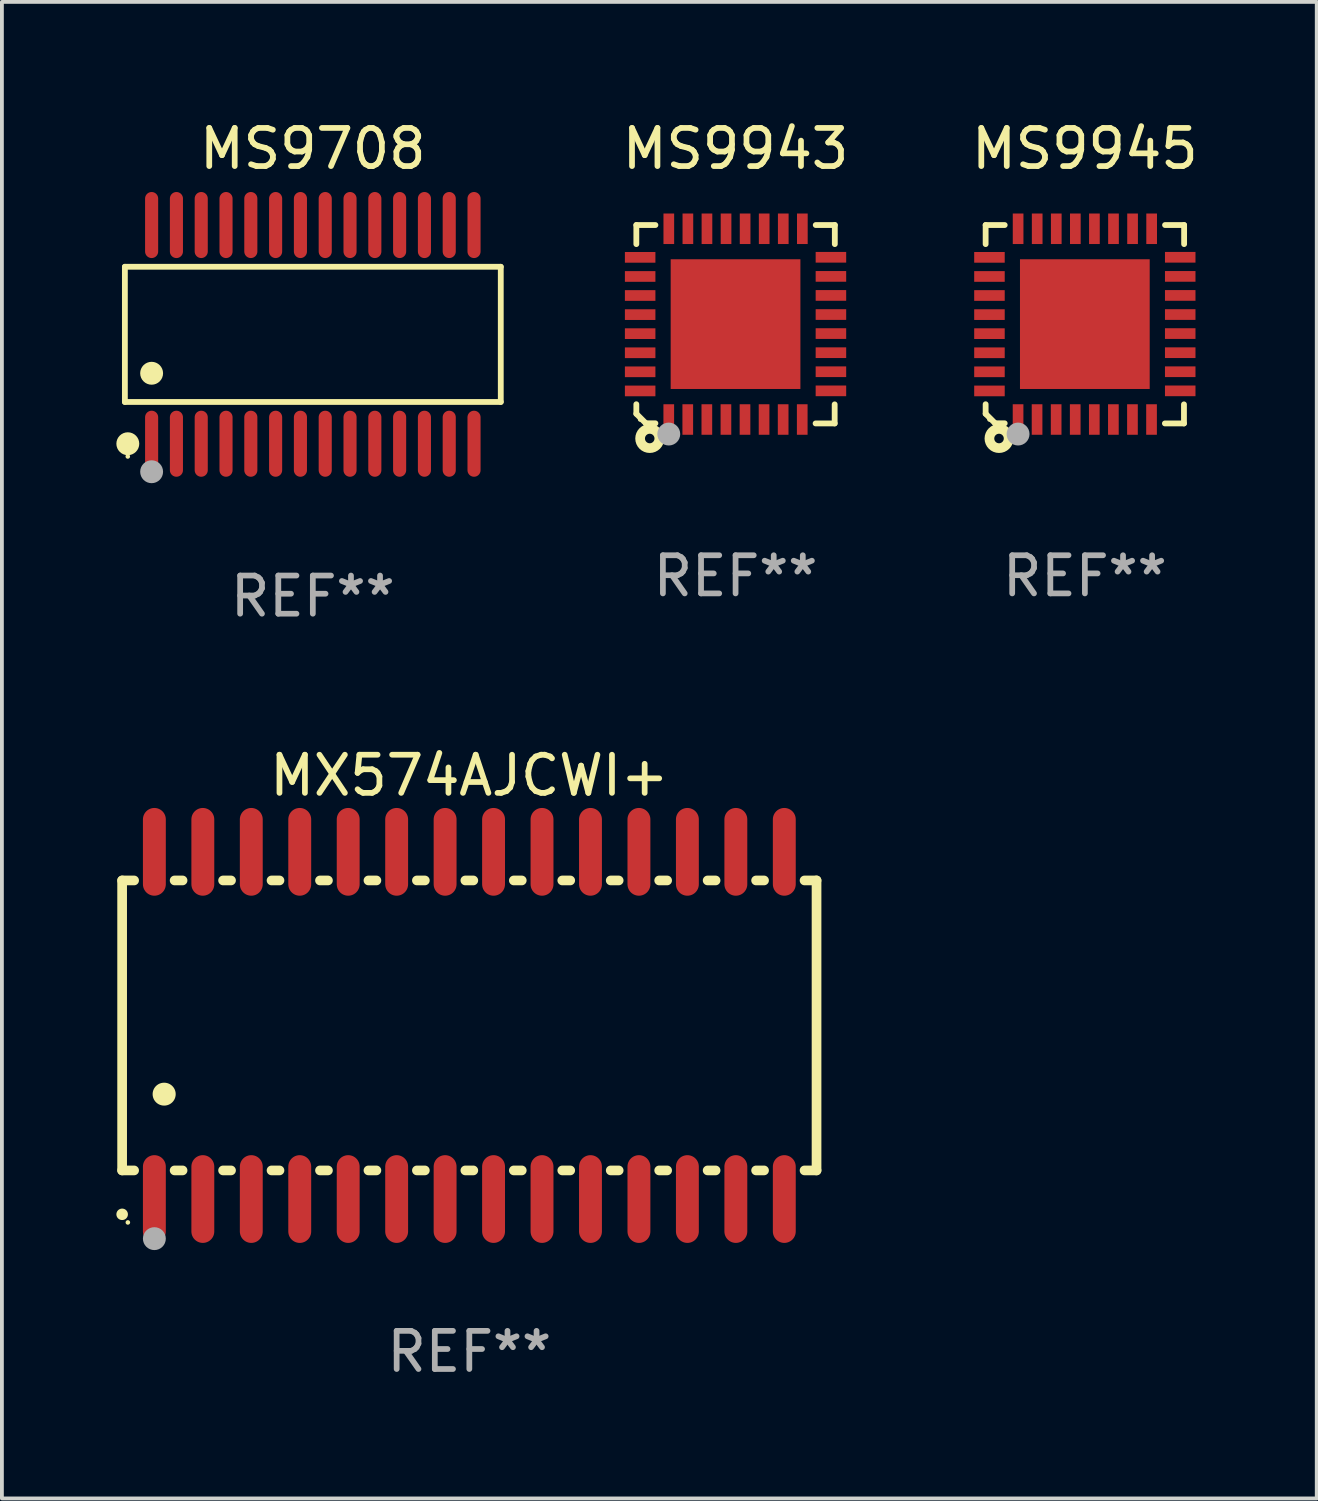
<source format=kicad_pcb>
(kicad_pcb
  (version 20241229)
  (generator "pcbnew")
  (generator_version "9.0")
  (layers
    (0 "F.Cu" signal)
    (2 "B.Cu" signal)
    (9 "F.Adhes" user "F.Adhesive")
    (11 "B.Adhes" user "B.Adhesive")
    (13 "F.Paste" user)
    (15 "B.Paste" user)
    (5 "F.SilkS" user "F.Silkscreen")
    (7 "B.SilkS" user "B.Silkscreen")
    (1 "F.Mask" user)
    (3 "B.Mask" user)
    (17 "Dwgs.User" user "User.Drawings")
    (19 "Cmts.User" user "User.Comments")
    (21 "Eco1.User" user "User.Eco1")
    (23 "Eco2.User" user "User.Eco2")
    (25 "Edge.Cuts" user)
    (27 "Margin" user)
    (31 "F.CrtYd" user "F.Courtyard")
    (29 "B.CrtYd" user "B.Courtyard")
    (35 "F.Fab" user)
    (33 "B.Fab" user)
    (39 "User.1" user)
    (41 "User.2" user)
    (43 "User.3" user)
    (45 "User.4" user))
  (footprint "MS9943"
    (layer "F.Cu")
    (at 16.229 5.448)
    (property "Reference" "MS9943" (at 0 -4.6 0) (layer "F.SilkS") (effects (font (size 1 1) (thickness 0.15))))
    (attr through_hole)
    (fp_line (start -2.601 2.097) (end -2.601 2.347) (stroke (width 0.152) (type solid)) (layer "F.SilkS"))
    (fp_line (start -2.601 2.347) (end -2.351 2.597) (stroke (width 0.152) (type solid)) (layer "F.SilkS"))
    (fp_line (start -2.601 -2.6) (end -2.601 -2.1) (stroke (width 0.152) (type solid)) (layer "F.SilkS"))
    (fp_line (start -2.601 -2.6) (end -2.101 -2.6) (stroke (width 0.152) (type solid)) (layer "F.SilkS"))
    (fp_line (start -2.351 2.597) (end -2.101 2.597) (stroke (width 0.152) (type solid)) (layer "F.SilkS"))
    (fp_line (start 2.597 2.6) (end 2.097 2.6) (stroke (width 0.152) (type solid)) (layer "F.SilkS"))
    (fp_line (start 2.597 2.6) (end 2.597 2.1) (stroke (width 0.152) (type solid)) (layer "F.SilkS"))
    (fp_line (start 2.601 -2.6) (end 2.101 -2.6) (stroke (width 0.152) (type solid)) (layer "F.SilkS"))
    (fp_line (start 2.601 -2.6) (end 2.601 -2.1) (stroke (width 0.152) (type solid)) (layer "F.SilkS"))
    (fp_circle (center -2.501 2.497) (end -2.471 2.497) (stroke (width 0.06) (type solid)) (fill no) (layer "F.SilkS"))
    (fp_circle (center -2.25 2.995) (end -2.125 2.995) (stroke (width 0.254) (type solid)) (fill no) (layer "F.SilkS"))
    (fp_circle (center -1.751 2.878) (end -1.601 2.878) (stroke (width 0.3) (type solid)) (fill no) (layer "F.Fab"))
    (fp_text user "REF**" (at 0 6.6 0) (layer "F.Fab") (effects (font (size 1 1) (thickness 0.15))))
    (pad "1" smd rect (at -1.751 2.497) (size 0.28 0.8) (layers "F.Cu" "F.Mask" "F.Paste"))
    (pad "2" smd rect (at -1.253 2.497) (size 0.28 0.8) (layers "F.Cu" "F.Mask" "F.Paste"))
    (pad "3" smd rect (at -0.753 2.497) (size 0.28 0.8) (layers "F.Cu" "F.Mask" "F.Paste"))
    (pad "4" smd rect (at -0.253 2.497) (size 0.28 0.8) (layers "F.Cu" "F.Mask" "F.Paste"))
    (pad "5" smd rect (at 0.247 2.497) (size 0.28 0.8) (layers "F.Cu" "F.Mask" "F.Paste"))
    (pad "6" smd rect (at 0.747 2.497) (size 0.28 0.8) (layers "F.Cu" "F.Mask" "F.Paste"))
    (pad "7" smd rect (at 1.247 2.497) (size 0.28 0.8) (layers "F.Cu" "F.Mask" "F.Paste"))
    (pad "8" smd rect (at 1.747 2.497) (size 0.28 0.8) (layers "F.Cu" "F.Mask" "F.Paste"))
    (pad "9" smd rect (at 2.499 1.746) (size 0.8 0.28) (layers "F.Cu" "F.Mask" "F.Paste"))
    (pad "10" smd rect (at 2.499 1.245) (size 0.8 0.28) (layers "F.Cu" "F.Mask" "F.Paste"))
    (pad "11" smd rect (at 2.499 0.746) (size 0.8 0.28) (layers "F.Cu" "F.Mask" "F.Paste"))
    (pad "12" smd rect (at 2.499 0.245) (size 0.8 0.28) (layers "F.Cu" "F.Mask" "F.Paste"))
    (pad "13" smd rect (at 2.499 -0.254) (size 0.8 0.28) (layers "F.Cu" "F.Mask" "F.Paste"))
    (pad "14" smd rect (at 2.499 -0.755) (size 0.8 0.28) (layers "F.Cu" "F.Mask" "F.Paste"))
    (pad "15" smd rect (at 2.499 -1.254) (size 0.8 0.28) (layers "F.Cu" "F.Mask" "F.Paste"))
    (pad "16" smd rect (at 2.499 -1.755) (size 0.8 0.28) (layers "F.Cu" "F.Mask" "F.Paste"))
    (pad "17" smd rect (at 1.75 -2.502) (size 0.28 0.8) (layers "F.Cu" "F.Mask" "F.Paste"))
    (pad "18" smd rect (at 1.25 -2.502) (size 0.28 0.8) (layers "F.Cu" "F.Mask" "F.Paste"))
    (pad "19" smd rect (at 0.75 -2.502) (size 0.28 0.8) (layers "F.Cu" "F.Mask" "F.Paste"))
    (pad "20" smd rect (at 0.25 -2.502) (size 0.28 0.8) (layers "F.Cu" "F.Mask" "F.Paste"))
    (pad "21" smd rect (at -0.25 -2.502) (size 0.28 0.8) (layers "F.Cu" "F.Mask" "F.Paste"))
    (pad "22" smd rect (at -0.75 -2.502) (size 0.28 0.8) (layers "F.Cu" "F.Mask" "F.Paste"))
    (pad "23" smd rect (at -1.25 -2.502) (size 0.28 0.8) (layers "F.Cu" "F.Mask" "F.Paste"))
    (pad "24" smd rect (at -1.75 -2.502) (size 0.28 0.8) (layers "F.Cu" "F.Mask" "F.Paste"))
    (pad "25" smd rect (at -2.501 -1.753) (size 0.8 0.28) (layers "F.Cu" "F.Mask" "F.Paste"))
    (pad "26" smd rect (at -2.501 -1.252) (size 0.8 0.28) (layers "F.Cu" "F.Mask" "F.Paste"))
    (pad "27" smd rect (at -2.501 -0.753) (size 0.8 0.28) (layers "F.Cu" "F.Mask" "F.Paste"))
    (pad "28" smd rect (at -2.501 -0.252) (size 0.8 0.28) (layers "F.Cu" "F.Mask" "F.Paste"))
    (pad "29" smd rect (at -2.501 0.247) (size 0.8 0.28) (layers "F.Cu" "F.Mask" "F.Paste"))
    (pad "30" smd rect (at -2.501 0.748) (size 0.8 0.28) (layers "F.Cu" "F.Mask" "F.Paste"))
    (pad "31" smd rect (at -2.501 1.247) (size 0.8 0.28) (layers "F.Cu" "F.Mask" "F.Paste"))
    (pad "32" smd rect (at -2.501 1.748) (size 0.8 0.28) (layers "F.Cu" "F.Mask" "F.Paste"))
    (pad "33" smd rect (at -0.001 -0.003 180) (size 3.4 3.4) (layers "F.Cu" "F.Mask" "F.Paste")))
  (footprint "MX574AJCWI+"
    (layer "F.Cu")
    (at 9.251 23.826)
    (property "Reference" "MX574AJCWI+" (at 0 -6.55 0) (layer "F.SilkS") (effects (font (size 1 1) (thickness 0.15))))
    (attr through_hole)
    (fp_line (start -9.1 -3.8) (end -9.1 3.8) (stroke (width 0.254) (type solid)) (layer "F.SilkS"))
    (fp_line (start -9.1 -3.8) (end -8.786 -3.8) (stroke (width 0.254) (type solid)) (layer "F.SilkS"))
    (fp_line (start -9.1 3.8) (end -8.786 3.8) (stroke (width 0.254) (type solid)) (layer "F.SilkS"))
    (fp_line (start -7.724 -3.8) (end -7.516 -3.8) (stroke (width 0.254) (type solid)) (layer "F.SilkS"))
    (fp_line (start -7.724 3.8) (end -7.516 3.8) (stroke (width 0.254) (type solid)) (layer "F.SilkS"))
    (fp_line (start -6.454 -3.8) (end -6.246 -3.8) (stroke (width 0.254) (type solid)) (layer "F.SilkS"))
    (fp_line (start -6.454 3.8) (end -6.246 3.8) (stroke (width 0.254) (type solid)) (layer "F.SilkS"))
    (fp_line (start -5.184 -3.8) (end -4.976 -3.8) (stroke (width 0.254) (type solid)) (layer "F.SilkS"))
    (fp_line (start -5.184 3.8) (end -4.976 3.8) (stroke (width 0.254) (type solid)) (layer "F.SilkS"))
    (fp_line (start -3.914 -3.8) (end -3.706 -3.8) (stroke (width 0.254) (type solid)) (layer "F.SilkS"))
    (fp_line (start -3.914 3.8) (end -3.706 3.8) (stroke (width 0.254) (type solid)) (layer "F.SilkS"))
    (fp_line (start -2.644 -3.8) (end -2.436 -3.8) (stroke (width 0.254) (type solid)) (layer "F.SilkS"))
    (fp_line (start -2.644 3.8) (end -2.436 3.8) (stroke (width 0.254) (type solid)) (layer "F.SilkS"))
    (fp_line (start -1.374 -3.8) (end -1.166 -3.8) (stroke (width 0.254) (type solid)) (layer "F.SilkS"))
    (fp_line (start -1.374 3.8) (end -1.166 3.8) (stroke (width 0.254) (type solid)) (layer "F.SilkS"))
    (fp_line (start -0.104 -3.8) (end 0.104 -3.8) (stroke (width 0.254) (type solid)) (layer "F.SilkS"))
    (fp_line (start -0.104 3.8) (end 0.104 3.8) (stroke (width 0.254) (type solid)) (layer "F.SilkS"))
    (fp_line (start 1.166 -3.8) (end 1.374 -3.8) (stroke (width 0.254) (type solid)) (layer "F.SilkS"))
    (fp_line (start 1.166 3.8) (end 1.374 3.8) (stroke (width 0.254) (type solid)) (layer "F.SilkS"))
    (fp_line (start 2.436 -3.8) (end 2.644 -3.8) (stroke (width 0.254) (type solid)) (layer "F.SilkS"))
    (fp_line (start 2.436 3.8) (end 2.644 3.8) (stroke (width 0.254) (type solid)) (layer "F.SilkS"))
    (fp_line (start 3.706 -3.8) (end 3.914 -3.8) (stroke (width 0.254) (type solid)) (layer "F.SilkS"))
    (fp_line (start 3.706 3.8) (end 3.914 3.8) (stroke (width 0.254) (type solid)) (layer "F.SilkS"))
    (fp_line (start 4.976 -3.8) (end 5.184 -3.8) (stroke (width 0.254) (type solid)) (layer "F.SilkS"))
    (fp_line (start 4.976 3.8) (end 5.184 3.8) (stroke (width 0.254) (type solid)) (layer "F.SilkS"))
    (fp_line (start 6.246 -3.8) (end 6.454 -3.8) (stroke (width 0.254) (type solid)) (layer "F.SilkS"))
    (fp_line (start 6.246 3.8) (end 6.454 3.8) (stroke (width 0.254) (type solid)) (layer "F.SilkS"))
    (fp_line (start 7.516 -3.8) (end 7.724 -3.8) (stroke (width 0.254) (type solid)) (layer "F.SilkS"))
    (fp_line (start 7.516 3.8) (end 7.724 3.8) (stroke (width 0.254) (type solid)) (layer "F.SilkS"))
    (fp_line (start 8.786 -3.8) (end 9.1 -3.8) (stroke (width 0.254) (type solid)) (layer "F.SilkS"))
    (fp_line (start 8.786 3.8) (end 9.1 3.8) (stroke (width 0.254) (type solid)) (layer "F.SilkS"))
    (fp_line (start 9.1 -3.8) (end 9.1 3.8) (stroke (width 0.254) (type solid)) (layer "F.SilkS"))
    (fp_arc (start -9.100864 4.95047) (mid -9.099594 4.950465) (end -9.098324 4.95047) (stroke (width 0.3) (type solid)) (layer "F.SilkS"))
    (fp_arc (start -8.001041 1.800864) (mid -7.998501 1.800853) (end -7.995961 1.800864) (stroke (width 0.6) (type solid)) (layer "F.SilkS"))
    (fp_circle (center -8.95 5.163) (end -8.92 5.163) (stroke (width 0.06) (type solid)) (fill no) (layer "F.SilkS"))
    (fp_circle (center -8.255 5.588) (end -8.105 5.588) (stroke (width 0.3) (type solid)) (fill no) (layer "F.Fab"))
    (fp_text user "REF**" (at 0 8.55 0) (layer "F.Fab") (effects (font (size 1 1) (thickness 0.15))))
    (pad "1" smd oval (at -8.255 4.55 180) (size 0.6 2.3) (layers "F.Cu" "F.Mask" "F.Paste"))
    (pad "2" smd oval (at -6.985 4.55 180) (size 0.6 2.3) (layers "F.Cu" "F.Mask" "F.Paste"))
    (pad "3" smd oval (at -5.715 4.55 180) (size 0.6 2.3) (layers "F.Cu" "F.Mask" "F.Paste"))
    (pad "4" smd oval (at -4.445 4.55 180) (size 0.6 2.3) (layers "F.Cu" "F.Mask" "F.Paste"))
    (pad "5" smd oval (at -3.175 4.55 180) (size 0.6 2.3) (layers "F.Cu" "F.Mask" "F.Paste"))
    (pad "6" smd oval (at -1.905 4.55 180) (size 0.6 2.3) (layers "F.Cu" "F.Mask" "F.Paste"))
    (pad "7" smd oval (at -0.635 4.55 180) (size 0.6 2.3) (layers "F.Cu" "F.Mask" "F.Paste"))
    (pad "8" smd oval (at 0.635 4.55 180) (size 0.6 2.3) (layers "F.Cu" "F.Mask" "F.Paste"))
    (pad "9" smd oval (at 1.905 4.55 180) (size 0.6 2.3) (layers "F.Cu" "F.Mask" "F.Paste"))
    (pad "10" smd oval (at 3.175 4.55 180) (size 0.6 2.3) (layers "F.Cu" "F.Mask" "F.Paste"))
    (pad "11" smd oval (at 4.445 4.55 180) (size 0.6 2.3) (layers "F.Cu" "F.Mask" "F.Paste"))
    (pad "12" smd oval (at 5.715 4.55 180) (size 0.6 2.3) (layers "F.Cu" "F.Mask" "F.Paste"))
    (pad "13" smd oval (at 6.985 4.55 180) (size 0.6 2.3) (layers "F.Cu" "F.Mask" "F.Paste"))
    (pad "14" smd oval (at 8.255 4.55 180) (size 0.6 2.3) (layers "F.Cu" "F.Mask" "F.Paste"))
    (pad "15" smd oval (at 8.255 -4.55 180) (size 0.6 2.3) (layers "F.Cu" "F.Mask" "F.Paste"))
    (pad "16" smd oval (at 6.985 -4.55 180) (size 0.6 2.3) (layers "F.Cu" "F.Mask" "F.Paste"))
    (pad "17" smd oval (at 5.715 -4.55 180) (size 0.6 2.3) (layers "F.Cu" "F.Mask" "F.Paste"))
    (pad "18" smd oval (at 4.445 -4.55 180) (size 0.6 2.3) (layers "F.Cu" "F.Mask" "F.Paste"))
    (pad "19" smd oval (at 3.175 -4.55 180) (size 0.6 2.3) (layers "F.Cu" "F.Mask" "F.Paste"))
    (pad "20" smd oval (at 1.905 -4.55 180) (size 0.6 2.3) (layers "F.Cu" "F.Mask" "F.Paste"))
    (pad "21" smd oval (at 0.635 -4.55 180) (size 0.6 2.3) (layers "F.Cu" "F.Mask" "F.Paste"))
    (pad "22" smd oval (at -0.635 -4.55 180) (size 0.6 2.3) (layers "F.Cu" "F.Mask" "F.Paste"))
    (pad "23" smd oval (at -1.905 -4.55 180) (size 0.6 2.3) (layers "F.Cu" "F.Mask" "F.Paste"))
    (pad "24" smd oval (at -3.175 -4.55 180) (size 0.6 2.3) (layers "F.Cu" "F.Mask" "F.Paste"))
    (pad "25" smd oval (at -4.445 -4.55 180) (size 0.6 2.3) (layers "F.Cu" "F.Mask" "F.Paste"))
    (pad "26" smd oval (at -5.715 -4.55 180) (size 0.6 2.3) (layers "F.Cu" "F.Mask" "F.Paste"))
    (pad "27" smd oval (at -6.985 -4.55 180) (size 0.6 2.3) (layers "F.Cu" "F.Mask" "F.Paste"))
    (pad "28" smd oval (at -8.255 -4.55 180) (size 0.6 2.3) (layers "F.Cu" "F.Mask" "F.Paste")))
  (footprint "MS9945"
    (layer "F.Cu")
    (at 25.384 5.448)
    (property "Reference" "MS9945" (at 0 -4.6 0) (layer "F.SilkS") (effects (font (size 1 1) (thickness 0.15))))
    (attr through_hole)
    (fp_line (start -2.601 2.097) (end -2.601 2.347) (stroke (width 0.152) (type solid)) (layer "F.SilkS"))
    (fp_line (start -2.601 2.347) (end -2.351 2.597) (stroke (width 0.152) (type solid)) (layer "F.SilkS"))
    (fp_line (start -2.601 -2.6) (end -2.601 -2.1) (stroke (width 0.152) (type solid)) (layer "F.SilkS"))
    (fp_line (start -2.601 -2.6) (end -2.101 -2.6) (stroke (width 0.152) (type solid)) (layer "F.SilkS"))
    (fp_line (start -2.351 2.597) (end -2.101 2.597) (stroke (width 0.152) (type solid)) (layer "F.SilkS"))
    (fp_line (start 2.597 2.6) (end 2.097 2.6) (stroke (width 0.152) (type solid)) (layer "F.SilkS"))
    (fp_line (start 2.597 2.6) (end 2.597 2.1) (stroke (width 0.152) (type solid)) (layer "F.SilkS"))
    (fp_line (start 2.601 -2.6) (end 2.101 -2.6) (stroke (width 0.152) (type solid)) (layer "F.SilkS"))
    (fp_line (start 2.601 -2.6) (end 2.601 -2.1) (stroke (width 0.152) (type solid)) (layer "F.SilkS"))
    (fp_circle (center -2.501 2.497) (end -2.471 2.497) (stroke (width 0.06) (type solid)) (fill no) (layer "F.SilkS"))
    (fp_circle (center -2.25 2.995) (end -2.125 2.995) (stroke (width 0.254) (type solid)) (fill no) (layer "F.SilkS"))
    (fp_circle (center -1.751 2.878) (end -1.601 2.878) (stroke (width 0.3) (type solid)) (fill no) (layer "F.Fab"))
    (fp_text user "REF**" (at 0 6.6 0) (layer "F.Fab") (effects (font (size 1 1) (thickness 0.15))))
    (pad "1" smd rect (at -1.751 2.497) (size 0.28 0.8) (layers "F.Cu" "F.Mask" "F.Paste"))
    (pad "2" smd rect (at -1.253 2.497) (size 0.28 0.8) (layers "F.Cu" "F.Mask" "F.Paste"))
    (pad "3" smd rect (at -0.753 2.497) (size 0.28 0.8) (layers "F.Cu" "F.Mask" "F.Paste"))
    (pad "4" smd rect (at -0.253 2.497) (size 0.28 0.8) (layers "F.Cu" "F.Mask" "F.Paste"))
    (pad "5" smd rect (at 0.247 2.497) (size 0.28 0.8) (layers "F.Cu" "F.Mask" "F.Paste"))
    (pad "6" smd rect (at 0.747 2.497) (size 0.28 0.8) (layers "F.Cu" "F.Mask" "F.Paste"))
    (pad "7" smd rect (at 1.247 2.497) (size 0.28 0.8) (layers "F.Cu" "F.Mask" "F.Paste"))
    (pad "8" smd rect (at 1.747 2.497) (size 0.28 0.8) (layers "F.Cu" "F.Mask" "F.Paste"))
    (pad "9" smd rect (at 2.499 1.746) (size 0.8 0.28) (layers "F.Cu" "F.Mask" "F.Paste"))
    (pad "10" smd rect (at 2.499 1.245) (size 0.8 0.28) (layers "F.Cu" "F.Mask" "F.Paste"))
    (pad "11" smd rect (at 2.499 0.746) (size 0.8 0.28) (layers "F.Cu" "F.Mask" "F.Paste"))
    (pad "12" smd rect (at 2.499 0.245) (size 0.8 0.28) (layers "F.Cu" "F.Mask" "F.Paste"))
    (pad "13" smd rect (at 2.499 -0.254) (size 0.8 0.28) (layers "F.Cu" "F.Mask" "F.Paste"))
    (pad "14" smd rect (at 2.499 -0.755) (size 0.8 0.28) (layers "F.Cu" "F.Mask" "F.Paste"))
    (pad "15" smd rect (at 2.499 -1.254) (size 0.8 0.28) (layers "F.Cu" "F.Mask" "F.Paste"))
    (pad "16" smd rect (at 2.499 -1.755) (size 0.8 0.28) (layers "F.Cu" "F.Mask" "F.Paste"))
    (pad "17" smd rect (at 1.75 -2.502) (size 0.28 0.8) (layers "F.Cu" "F.Mask" "F.Paste"))
    (pad "18" smd rect (at 1.25 -2.502) (size 0.28 0.8) (layers "F.Cu" "F.Mask" "F.Paste"))
    (pad "19" smd rect (at 0.75 -2.502) (size 0.28 0.8) (layers "F.Cu" "F.Mask" "F.Paste"))
    (pad "20" smd rect (at 0.25 -2.502) (size 0.28 0.8) (layers "F.Cu" "F.Mask" "F.Paste"))
    (pad "21" smd rect (at -0.25 -2.502) (size 0.28 0.8) (layers "F.Cu" "F.Mask" "F.Paste"))
    (pad "22" smd rect (at -0.75 -2.502) (size 0.28 0.8) (layers "F.Cu" "F.Mask" "F.Paste"))
    (pad "23" smd rect (at -1.25 -2.502) (size 0.28 0.8) (layers "F.Cu" "F.Mask" "F.Paste"))
    (pad "24" smd rect (at -1.75 -2.502) (size 0.28 0.8) (layers "F.Cu" "F.Mask" "F.Paste"))
    (pad "25" smd rect (at -2.501 -1.753) (size 0.8 0.28) (layers "F.Cu" "F.Mask" "F.Paste"))
    (pad "26" smd rect (at -2.501 -1.252) (size 0.8 0.28) (layers "F.Cu" "F.Mask" "F.Paste"))
    (pad "27" smd rect (at -2.501 -0.753) (size 0.8 0.28) (layers "F.Cu" "F.Mask" "F.Paste"))
    (pad "28" smd rect (at -2.501 -0.252) (size 0.8 0.28) (layers "F.Cu" "F.Mask" "F.Paste"))
    (pad "29" smd rect (at -2.501 0.247) (size 0.8 0.28) (layers "F.Cu" "F.Mask" "F.Paste"))
    (pad "30" smd rect (at -2.501 0.748) (size 0.8 0.28) (layers "F.Cu" "F.Mask" "F.Paste"))
    (pad "31" smd rect (at -2.501 1.247) (size 0.8 0.28) (layers "F.Cu" "F.Mask" "F.Paste"))
    (pad "32" smd rect (at -2.501 1.748) (size 0.8 0.28) (layers "F.Cu" "F.Mask" "F.Paste"))
    (pad "33" smd rect (at -0.001 -0.003 180) (size 3.4 3.4) (layers "F.Cu" "F.Mask" "F.Paste")))
  (footprint "MS9708"
    (layer "F.Cu")
    (at 5.149 5.714)
    (property "Reference" "MS9708" (at 0 -4.866 0) (layer "F.SilkS") (effects (font (size 1 1) (thickness 0.15))))
    (attr through_hole)
    (fp_line (start -4.926 -1.772) (end 4.926 -1.772) (stroke (width 0.152) (type solid)) (layer "F.SilkS"))
    (fp_line (start -4.926 1.771) (end -4.926 -1.772) (stroke (width 0.152) (type solid)) (layer "F.SilkS"))
    (fp_line (start 4.926 -1.772) (end 4.926 1.771) (stroke (width 0.152) (type solid)) (layer "F.SilkS"))
    (fp_line (start 4.926 1.771) (end -4.926 1.771) (stroke (width 0.152) (type solid)) (layer "F.SilkS"))
    (fp_circle (center -4.85 3.2) (end -4.82 3.2) (stroke (width 0.06) (type solid)) (fill no) (layer "F.SilkS"))
    (fp_circle (center -4.849 2.866) (end -4.699 2.866) (stroke (width 0.3) (type solid)) (fill no) (layer "F.SilkS"))
    (fp_circle (center -4.225 1.019) (end -4.075 1.019) (stroke (width 0.3) (type solid)) (fill no) (layer "F.SilkS"))
    (fp_circle (center -4.225 3.6) (end -4.075 3.6) (stroke (width 0.3) (type solid)) (fill no) (layer "F.Fab"))
    (fp_text user "REF**" (at 0 6.866 0) (layer "F.Fab") (effects (font (size 1 1) (thickness 0.15))))
    (pad "1" smd oval (at -4.225 2.866) (size 0.343 1.731) (layers "F.Cu" "F.Mask" "F.Paste"))
    (pad "2" smd oval (at -3.575 2.866) (size 0.343 1.731) (layers "F.Cu" "F.Mask" "F.Paste"))
    (pad "3" smd oval (at -2.925 2.866) (size 0.343 1.731) (layers "F.Cu" "F.Mask" "F.Paste"))
    (pad "4" smd oval (at -2.275 2.866) (size 0.343 1.731) (layers "F.Cu" "F.Mask" "F.Paste"))
    (pad "5" smd oval (at -1.625 2.866) (size 0.343 1.731) (layers "F.Cu" "F.Mask" "F.Paste"))
    (pad "6" smd oval (at -0.975 2.866) (size 0.343 1.731) (layers "F.Cu" "F.Mask" "F.Paste"))
    (pad "7" smd oval (at -0.325 2.866) (size 0.343 1.731) (layers "F.Cu" "F.Mask" "F.Paste"))
    (pad "8" smd oval (at 0.325 2.866) (size 0.343 1.731) (layers "F.Cu" "F.Mask" "F.Paste"))
    (pad "9" smd oval (at 0.975 2.866) (size 0.343 1.731) (layers "F.Cu" "F.Mask" "F.Paste"))
    (pad "10" smd oval (at 1.625 2.866) (size 0.343 1.731) (layers "F.Cu" "F.Mask" "F.Paste"))
    (pad "11" smd oval (at 2.275 2.866) (size 0.343 1.731) (layers "F.Cu" "F.Mask" "F.Paste"))
    (pad "12" smd oval (at 2.925 2.866) (size 0.343 1.731) (layers "F.Cu" "F.Mask" "F.Paste"))
    (pad "13" smd oval (at 3.575 2.866) (size 0.343 1.731) (layers "F.Cu" "F.Mask" "F.Paste"))
    (pad "14" smd oval (at 4.225 2.866) (size 0.343 1.731) (layers "F.Cu" "F.Mask" "F.Paste"))
    (pad "15" smd oval (at 4.225 -2.866) (size 0.343 1.731) (layers "F.Cu" "F.Mask" "F.Paste"))
    (pad "16" smd oval (at 3.575 -2.866) (size 0.343 1.731) (layers "F.Cu" "F.Mask" "F.Paste"))
    (pad "17" smd oval (at 2.925 -2.866) (size 0.343 1.731) (layers "F.Cu" "F.Mask" "F.Paste"))
    (pad "18" smd oval (at 2.275 -2.866) (size 0.343 1.731) (layers "F.Cu" "F.Mask" "F.Paste"))
    (pad "19" smd oval (at 1.625 -2.866) (size 0.343 1.731) (layers "F.Cu" "F.Mask" "F.Paste"))
    (pad "20" smd oval (at 0.975 -2.866) (size 0.343 1.731) (layers "F.Cu" "F.Mask" "F.Paste"))
    (pad "21" smd oval (at 0.325 -2.866) (size 0.343 1.731) (layers "F.Cu" "F.Mask" "F.Paste"))
    (pad "22" smd oval (at -0.325 -2.866) (size 0.343 1.731) (layers "F.Cu" "F.Mask" "F.Paste"))
    (pad "23" smd oval (at -0.975 -2.866) (size 0.343 1.731) (layers "F.Cu" "F.Mask" "F.Paste"))
    (pad "24" smd oval (at -1.625 -2.866) (size 0.343 1.731) (layers "F.Cu" "F.Mask" "F.Paste"))
    (pad "25" smd oval (at -2.275 -2.866) (size 0.343 1.731) (layers "F.Cu" "F.Mask" "F.Paste"))
    (pad "26" smd oval (at -2.925 -2.866) (size 0.343 1.731) (layers "F.Cu" "F.Mask" "F.Paste"))
    (pad "27" smd oval (at -3.575 -2.866) (size 0.343 1.731) (layers "F.Cu" "F.Mask" "F.Paste"))
    (pad "28" smd oval (at -4.225 -2.866) (size 0.343 1.731) (layers "F.Cu" "F.Mask" "F.Paste")))
  (gr_rect
    (start -3 -3)
    (end 31.461 36.224)
    (stroke (width 0.1) (type default))
    (fill no)
    (layer "Edge.Cuts")))
</source>
